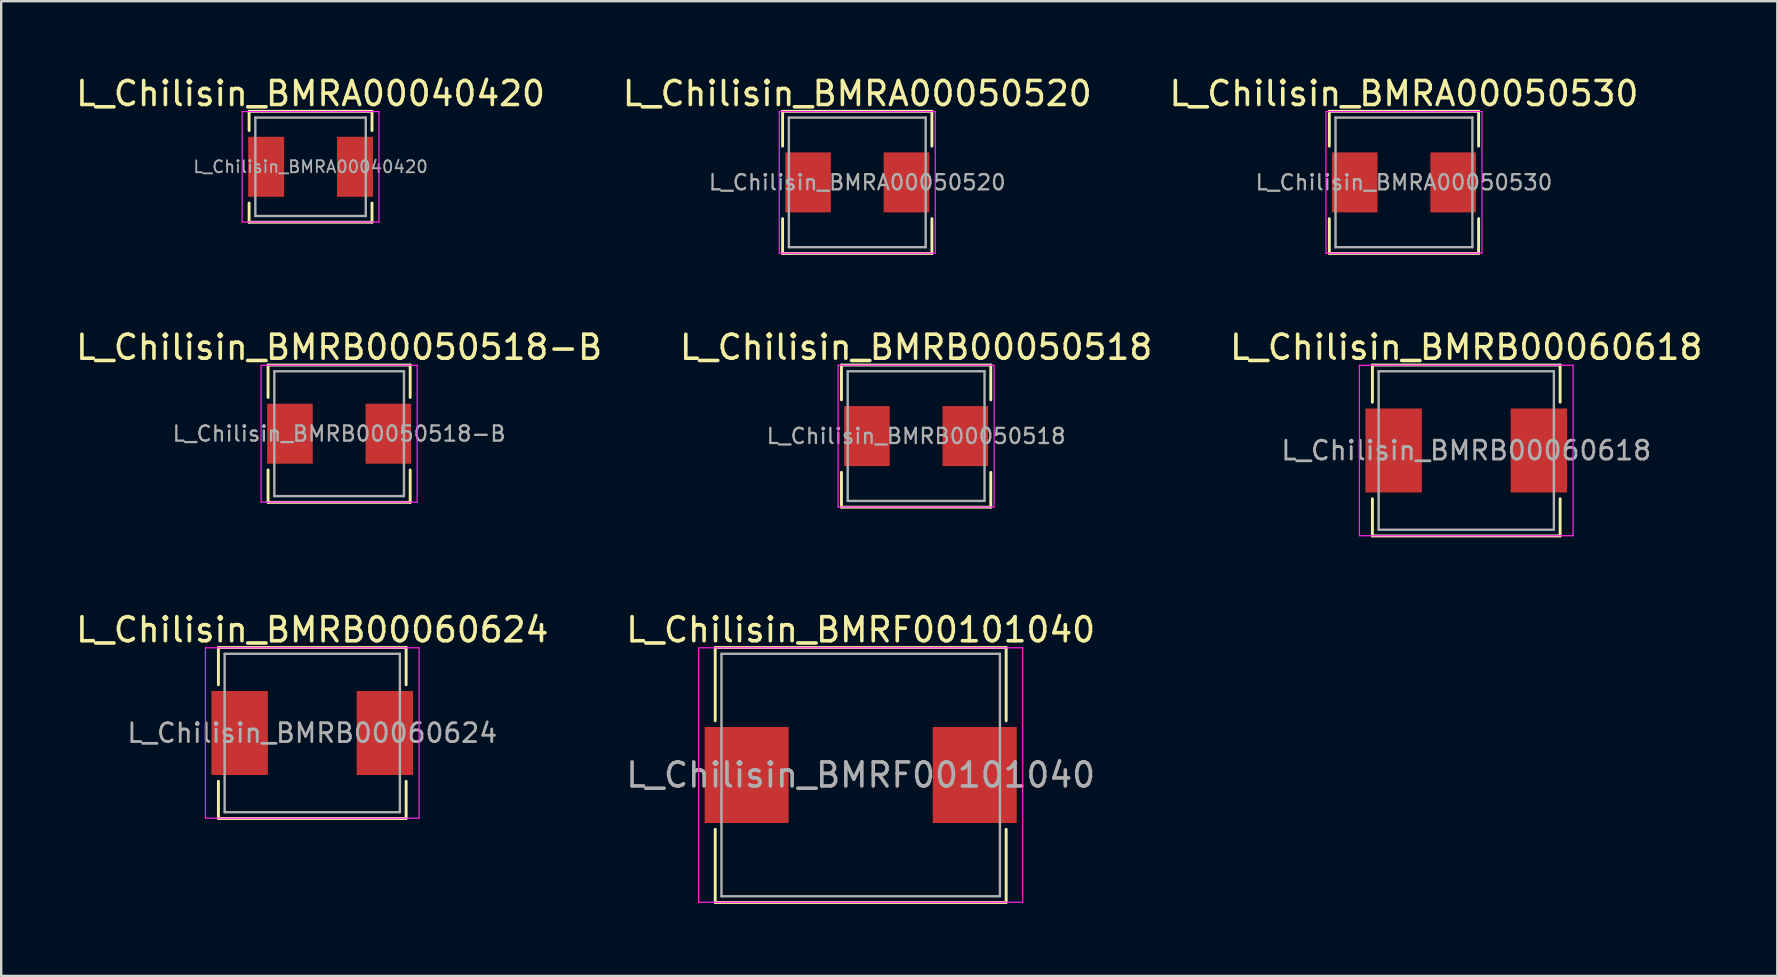
<source format=kicad_pcb>
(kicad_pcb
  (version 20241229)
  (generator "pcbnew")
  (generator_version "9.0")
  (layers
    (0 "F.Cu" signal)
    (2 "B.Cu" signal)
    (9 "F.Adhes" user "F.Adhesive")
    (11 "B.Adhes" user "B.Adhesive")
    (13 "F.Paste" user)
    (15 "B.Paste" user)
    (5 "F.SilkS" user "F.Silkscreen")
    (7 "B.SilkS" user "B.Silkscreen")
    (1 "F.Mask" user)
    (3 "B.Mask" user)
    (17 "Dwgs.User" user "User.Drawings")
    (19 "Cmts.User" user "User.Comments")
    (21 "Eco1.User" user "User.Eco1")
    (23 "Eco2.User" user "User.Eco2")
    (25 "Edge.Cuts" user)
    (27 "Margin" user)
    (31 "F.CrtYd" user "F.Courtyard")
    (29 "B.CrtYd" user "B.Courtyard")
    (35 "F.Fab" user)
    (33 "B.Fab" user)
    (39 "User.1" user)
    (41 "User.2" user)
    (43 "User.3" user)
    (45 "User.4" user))
  (footprint "L_Chilisin_BMRB00060624"
    (layer "F.Cu")
    (at 9.958 27.485)
    (property "Reference" "L_Chilisin_BMRB00060624" (at 0 -4.3 0) (layer "F.SilkS") (effects (font (size 1 1) (thickness 0.15))))
    (attr smd)
    (fp_line (start -3.91 -3.56) (end -3.91 -2.01) (stroke (width 0.12) (type solid)) (layer "F.SilkS"))
    (fp_line (start -3.91 -3.56) (end 3.91 -3.56) (stroke (width 0.12) (type solid)) (layer "F.SilkS"))
    (fp_line (start -3.91 3.56) (end -3.91 2.01) (stroke (width 0.12) (type solid)) (layer "F.SilkS"))
    (fp_line (start -3.91 3.56) (end 3.91 3.56) (stroke (width 0.12) (type solid)) (layer "F.SilkS"))
    (fp_line (start 3.91 -3.56) (end 3.91 -2.01) (stroke (width 0.12) (type solid)) (layer "F.SilkS"))
    (fp_line (start 3.91 3.56) (end 3.91 2.01) (stroke (width 0.12) (type solid)) (layer "F.SilkS"))
    (fp_line (start -4.45 -3.55) (end -4.45 3.55) (stroke (width 0.05) (type solid)) (layer "F.CrtYd"))
    (fp_line (start -4.45 3.55) (end 4.45 3.55) (stroke (width 0.05) (type solid)) (layer "F.CrtYd"))
    (fp_line (start 4.45 -3.55) (end -4.45 -3.55) (stroke (width 0.05) (type solid)) (layer "F.CrtYd"))
    (fp_line (start 4.45 3.55) (end 4.45 -3.55) (stroke (width 0.05) (type solid)) (layer "F.CrtYd"))
    (fp_line (start -3.65 -3.3) (end -3.65 3.3) (stroke (width 0.1) (type solid)) (layer "F.Fab"))
    (fp_line (start -3.65 3.3) (end 3.65 3.3) (stroke (width 0.1) (type solid)) (layer "F.Fab"))
    (fp_line (start 3.65 -3.3) (end -3.65 -3.3) (stroke (width 0.1) (type solid)) (layer "F.Fab"))
    (fp_line (start 3.65 3.3) (end 3.65 -3.3) (stroke (width 0.1) (type solid)) (layer "F.Fab"))
    (fp_text user "${REFERENCE}" (at 0 0 0) (layer "F.Fab") (effects (font (size 0.783 0.783) (thickness 0.117))))
    (pad "1" smd rect (at -3.025 0) (size 2.35 3.5) (layers "F.Cu" "F.Mask" "F.Paste"))
    (pad "2" smd rect (at 3.025 0) (size 2.35 3.5) (layers "F.Cu" "F.Mask" "F.Paste")))
  (footprint "L_Chilisin_BMRA00040420"
    (layer "F.Cu")
    (at 9.887 3.898)
    (property "Reference" "L_Chilisin_BMRA00040420" (at 0 -3.05 0) (layer "F.SilkS") (effects (font (size 1 1) (thickness 0.15))))
    (attr smd)
    (fp_line (start -2.56 -2.31) (end -2.56 -1.51) (stroke (width 0.12) (type solid)) (layer "F.SilkS"))
    (fp_line (start -2.56 -2.31) (end 2.56 -2.31) (stroke (width 0.12) (type solid)) (layer "F.SilkS"))
    (fp_line (start -2.56 2.31) (end -2.56 1.51) (stroke (width 0.12) (type solid)) (layer "F.SilkS"))
    (fp_line (start -2.56 2.31) (end 2.56 2.31) (stroke (width 0.12) (type solid)) (layer "F.SilkS"))
    (fp_line (start 2.56 -2.31) (end 2.56 -1.51) (stroke (width 0.12) (type solid)) (layer "F.SilkS"))
    (fp_line (start 2.56 2.31) (end 2.56 1.51) (stroke (width 0.12) (type solid)) (layer "F.SilkS"))
    (fp_line (start -2.85 -2.3) (end -2.85 2.3) (stroke (width 0.05) (type solid)) (layer "F.CrtYd"))
    (fp_line (start -2.85 2.3) (end 2.85 2.3) (stroke (width 0.05) (type solid)) (layer "F.CrtYd"))
    (fp_line (start 2.85 -2.3) (end -2.85 -2.3) (stroke (width 0.05) (type solid)) (layer "F.CrtYd"))
    (fp_line (start 2.85 2.3) (end 2.85 -2.3) (stroke (width 0.05) (type solid)) (layer "F.CrtYd"))
    (fp_line (start -2.3 -2.05) (end -2.3 2.05) (stroke (width 0.1) (type solid)) (layer "F.Fab"))
    (fp_line (start -2.3 2.05) (end 2.3 2.05) (stroke (width 0.1) (type solid)) (layer "F.Fab"))
    (fp_line (start 2.3 -2.05) (end -2.3 -2.05) (stroke (width 0.1) (type solid)) (layer "F.Fab"))
    (fp_line (start 2.3 2.05) (end 2.3 -2.05) (stroke (width 0.1) (type solid)) (layer "F.Fab"))
    (fp_text user "${REFERENCE}" (at 0 0 0) (layer "F.Fab") (effects (font (size 0.5 0.5) (thickness 0.075))))
    (pad "1" smd rect (at -1.85 0) (size 1.5 2.5) (layers "F.Cu" "F.Mask" "F.Paste"))
    (pad "2" smd rect (at 1.85 0) (size 1.5 2.5) (layers "F.Cu" "F.Mask" "F.Paste")))
  (footprint "L_Chilisin_BMRF00101040"
    (layer "F.Cu")
    (at 32.804 29.235)
    (property "Reference" "L_Chilisin_BMRF00101040" (at 0 -6.05 0) (layer "F.SilkS") (effects (font (size 1 1) (thickness 0.15))))
    (attr smd)
    (fp_line (start -6.06 -5.31) (end -6.06 -2.26) (stroke (width 0.12) (type solid)) (layer "F.SilkS"))
    (fp_line (start -6.06 -5.31) (end 6.06 -5.31) (stroke (width 0.12) (type solid)) (layer "F.SilkS"))
    (fp_line (start -6.06 5.31) (end -6.06 2.26) (stroke (width 0.12) (type solid)) (layer "F.SilkS"))
    (fp_line (start -6.06 5.31) (end 6.06 5.31) (stroke (width 0.12) (type solid)) (layer "F.SilkS"))
    (fp_line (start 6.06 -5.31) (end 6.06 -2.26) (stroke (width 0.12) (type solid)) (layer "F.SilkS"))
    (fp_line (start 6.06 5.31) (end 6.06 2.26) (stroke (width 0.12) (type solid)) (layer "F.SilkS"))
    (fp_line (start -6.75 -5.3) (end -6.75 5.3) (stroke (width 0.05) (type solid)) (layer "F.CrtYd"))
    (fp_line (start -6.75 5.3) (end 6.75 5.3) (stroke (width 0.05) (type solid)) (layer "F.CrtYd"))
    (fp_line (start 6.75 -5.3) (end -6.75 -5.3) (stroke (width 0.05) (type solid)) (layer "F.CrtYd"))
    (fp_line (start 6.75 5.3) (end 6.75 -5.3) (stroke (width 0.05) (type solid)) (layer "F.CrtYd"))
    (fp_line (start -5.8 -5.05) (end -5.8 5.05) (stroke (width 0.1) (type solid)) (layer "F.Fab"))
    (fp_line (start -5.8 5.05) (end 5.8 5.05) (stroke (width 0.1) (type solid)) (layer "F.Fab"))
    (fp_line (start 5.8 -5.05) (end -5.8 -5.05) (stroke (width 0.1) (type solid)) (layer "F.Fab"))
    (fp_line (start 5.8 5.05) (end 5.8 -5.05) (stroke (width 0.1) (type solid)) (layer "F.Fab"))
    (fp_text user "${REFERENCE}" (at 0 0 0) (layer "F.Fab") (effects (font (size 1 1) (thickness 0.15))))
    (pad "1" smd rect (at -4.75 0) (size 3.5 4) (layers "F.Cu" "F.Mask" "F.Paste"))
    (pad "2" smd rect (at 4.75 0) (size 3.5 4) (layers "F.Cu" "F.Mask" "F.Paste")))
  (footprint "L_Chilisin_BMRB00060618"
    (layer "F.Cu")
    (at 58.03 15.716)
    (property "Reference" "L_Chilisin_BMRB00060618" (at 0 -4.3 0) (layer "F.SilkS") (effects (font (size 1 1) (thickness 0.15))))
    (attr smd)
    (fp_line (start -3.91 -3.56) (end -3.91 -2.01) (stroke (width 0.12) (type solid)) (layer "F.SilkS"))
    (fp_line (start -3.91 -3.56) (end 3.91 -3.56) (stroke (width 0.12) (type solid)) (layer "F.SilkS"))
    (fp_line (start -3.91 3.56) (end -3.91 2.01) (stroke (width 0.12) (type solid)) (layer "F.SilkS"))
    (fp_line (start -3.91 3.56) (end 3.91 3.56) (stroke (width 0.12) (type solid)) (layer "F.SilkS"))
    (fp_line (start 3.91 -3.56) (end 3.91 -2.01) (stroke (width 0.12) (type solid)) (layer "F.SilkS"))
    (fp_line (start 3.91 3.56) (end 3.91 2.01) (stroke (width 0.12) (type solid)) (layer "F.SilkS"))
    (fp_line (start -4.45 -3.55) (end -4.45 3.55) (stroke (width 0.05) (type solid)) (layer "F.CrtYd"))
    (fp_line (start -4.45 3.55) (end 4.45 3.55) (stroke (width 0.05) (type solid)) (layer "F.CrtYd"))
    (fp_line (start 4.45 -3.55) (end -4.45 -3.55) (stroke (width 0.05) (type solid)) (layer "F.CrtYd"))
    (fp_line (start 4.45 3.55) (end 4.45 -3.55) (stroke (width 0.05) (type solid)) (layer "F.CrtYd"))
    (fp_line (start -3.65 -3.3) (end -3.65 3.3) (stroke (width 0.1) (type solid)) (layer "F.Fab"))
    (fp_line (start -3.65 3.3) (end 3.65 3.3) (stroke (width 0.1) (type solid)) (layer "F.Fab"))
    (fp_line (start 3.65 -3.3) (end -3.65 -3.3) (stroke (width 0.1) (type solid)) (layer "F.Fab"))
    (fp_line (start 3.65 3.3) (end 3.65 -3.3) (stroke (width 0.1) (type solid)) (layer "F.Fab"))
    (fp_text user "${REFERENCE}" (at 0 0 0) (layer "F.Fab") (effects (font (size 0.783 0.783) (thickness 0.117))))
    (pad "1" smd rect (at -3.025 0) (size 2.35 3.5) (layers "F.Cu" "F.Mask" "F.Paste"))
    (pad "2" smd rect (at 3.025 0) (size 2.35 3.5) (layers "F.Cu" "F.Mask" "F.Paste")))
  (footprint "L_Chilisin_BMRA00050520"
    (layer "F.Cu")
    (at 32.661 4.548)
    (property "Reference" "L_Chilisin_BMRA00050520" (at 0 -3.7 0) (layer "F.SilkS") (effects (font (size 1 1) (thickness 0.15))))
    (attr smd)
    (fp_line (start -3.11 -2.96) (end -3.11 -1.51) (stroke (width 0.12) (type solid)) (layer "F.SilkS"))
    (fp_line (start -3.11 -2.96) (end 3.11 -2.96) (stroke (width 0.12) (type solid)) (layer "F.SilkS"))
    (fp_line (start -3.11 2.96) (end -3.11 1.51) (stroke (width 0.12) (type solid)) (layer "F.SilkS"))
    (fp_line (start -3.11 2.96) (end 3.11 2.96) (stroke (width 0.12) (type solid)) (layer "F.SilkS"))
    (fp_line (start 3.11 -2.96) (end 3.11 -1.51) (stroke (width 0.12) (type solid)) (layer "F.SilkS"))
    (fp_line (start 3.11 2.96) (end 3.11 1.51) (stroke (width 0.12) (type solid)) (layer "F.SilkS"))
    (fp_line (start -3.25 -2.95) (end -3.25 2.95) (stroke (width 0.05) (type solid)) (layer "F.CrtYd"))
    (fp_line (start -3.25 2.95) (end 3.25 2.95) (stroke (width 0.05) (type solid)) (layer "F.CrtYd"))
    (fp_line (start 3.25 -2.95) (end -3.25 -2.95) (stroke (width 0.05) (type solid)) (layer "F.CrtYd"))
    (fp_line (start 3.25 2.95) (end 3.25 -2.95) (stroke (width 0.05) (type solid)) (layer "F.CrtYd"))
    (fp_line (start -2.85 -2.7) (end -2.85 2.7) (stroke (width 0.1) (type solid)) (layer "F.Fab"))
    (fp_line (start -2.85 2.7) (end 2.85 2.7) (stroke (width 0.1) (type solid)) (layer "F.Fab"))
    (fp_line (start 2.85 -2.7) (end -2.85 -2.7) (stroke (width 0.1) (type solid)) (layer "F.Fab"))
    (fp_line (start 2.85 2.7) (end 2.85 -2.7) (stroke (width 0.1) (type solid)) (layer "F.Fab"))
    (fp_text user "${REFERENCE}" (at 0 0 0) (layer "F.Fab") (effects (font (size 0.633 0.633) (thickness 0.095))))
    (pad "1" smd rect (at -2.05 0) (size 1.9 2.5) (layers "F.Cu" "F.Mask" "F.Paste"))
    (pad "2" smd rect (at 2.05 0) (size 1.9 2.5) (layers "F.Cu" "F.Mask" "F.Paste")))
  (footprint "L_Chilisin_BMRA00050530"
    (layer "F.Cu")
    (at 55.435 4.548)
    (property "Reference" "L_Chilisin_BMRA00050530" (at 0 -3.7 0) (layer "F.SilkS") (effects (font (size 1 1) (thickness 0.15))))
    (attr smd)
    (fp_line (start -3.11 -2.96) (end -3.11 -1.51) (stroke (width 0.12) (type solid)) (layer "F.SilkS"))
    (fp_line (start -3.11 -2.96) (end 3.11 -2.96) (stroke (width 0.12) (type solid)) (layer "F.SilkS"))
    (fp_line (start -3.11 2.96) (end -3.11 1.51) (stroke (width 0.12) (type solid)) (layer "F.SilkS"))
    (fp_line (start -3.11 2.96) (end 3.11 2.96) (stroke (width 0.12) (type solid)) (layer "F.SilkS"))
    (fp_line (start 3.11 -2.96) (end 3.11 -1.51) (stroke (width 0.12) (type solid)) (layer "F.SilkS"))
    (fp_line (start 3.11 2.96) (end 3.11 1.51) (stroke (width 0.12) (type solid)) (layer "F.SilkS"))
    (fp_line (start -3.25 -2.95) (end -3.25 2.95) (stroke (width 0.05) (type solid)) (layer "F.CrtYd"))
    (fp_line (start -3.25 2.95) (end 3.25 2.95) (stroke (width 0.05) (type solid)) (layer "F.CrtYd"))
    (fp_line (start 3.25 -2.95) (end -3.25 -2.95) (stroke (width 0.05) (type solid)) (layer "F.CrtYd"))
    (fp_line (start 3.25 2.95) (end 3.25 -2.95) (stroke (width 0.05) (type solid)) (layer "F.CrtYd"))
    (fp_line (start -2.85 -2.7) (end -2.85 2.7) (stroke (width 0.1) (type solid)) (layer "F.Fab"))
    (fp_line (start -2.85 2.7) (end 2.85 2.7) (stroke (width 0.1) (type solid)) (layer "F.Fab"))
    (fp_line (start 2.85 -2.7) (end -2.85 -2.7) (stroke (width 0.1) (type solid)) (layer "F.Fab"))
    (fp_line (start 2.85 2.7) (end 2.85 -2.7) (stroke (width 0.1) (type solid)) (layer "F.Fab"))
    (fp_text user "${REFERENCE}" (at 0 0 0) (layer "F.Fab") (effects (font (size 0.633 0.633) (thickness 0.095))))
    (pad "1" smd rect (at -2.05 0) (size 1.9 2.5) (layers "F.Cu" "F.Mask" "F.Paste"))
    (pad "2" smd rect (at 2.05 0) (size 1.9 2.5) (layers "F.Cu" "F.Mask" "F.Paste")))
  (footprint "L_Chilisin_BMRB00050518-B"
    (layer "F.Cu")
    (at 11.077 15.017)
    (property "Reference" "L_Chilisin_BMRB00050518-B" (at 0 -3.6 0) (layer "F.SilkS") (effects (font (size 1 1) (thickness 0.15))))
    (attr smd)
    (fp_line (start -2.96 -2.86) (end -2.96 -1.51) (stroke (width 0.12) (type solid)) (layer "F.SilkS"))
    (fp_line (start -2.96 -2.86) (end 2.96 -2.86) (stroke (width 0.12) (type solid)) (layer "F.SilkS"))
    (fp_line (start -2.96 2.86) (end -2.96 1.51) (stroke (width 0.12) (type solid)) (layer "F.SilkS"))
    (fp_line (start -2.96 2.86) (end 2.96 2.86) (stroke (width 0.12) (type solid)) (layer "F.SilkS"))
    (fp_line (start 2.96 -2.86) (end 2.96 -1.51) (stroke (width 0.12) (type solid)) (layer "F.SilkS"))
    (fp_line (start 2.96 2.86) (end 2.96 1.51) (stroke (width 0.12) (type solid)) (layer "F.SilkS"))
    (fp_line (start -3.25 -2.85) (end -3.25 2.85) (stroke (width 0.05) (type solid)) (layer "F.CrtYd"))
    (fp_line (start -3.25 2.85) (end 3.25 2.85) (stroke (width 0.05) (type solid)) (layer "F.CrtYd"))
    (fp_line (start 3.25 -2.85) (end -3.25 -2.85) (stroke (width 0.05) (type solid)) (layer "F.CrtYd"))
    (fp_line (start 3.25 2.85) (end 3.25 -2.85) (stroke (width 0.05) (type solid)) (layer "F.CrtYd"))
    (fp_line (start -2.7 -2.6) (end -2.7 2.6) (stroke (width 0.1) (type solid)) (layer "F.Fab"))
    (fp_line (start -2.7 2.6) (end 2.7 2.6) (stroke (width 0.1) (type solid)) (layer "F.Fab"))
    (fp_line (start 2.7 -2.6) (end -2.7 -2.6) (stroke (width 0.1) (type solid)) (layer "F.Fab"))
    (fp_line (start 2.7 2.6) (end 2.7 -2.6) (stroke (width 0.1) (type solid)) (layer "F.Fab"))
    (fp_text user "${REFERENCE}" (at 0 0 0) (layer "F.Fab") (effects (font (size 0.633 0.633) (thickness 0.095))))
    (pad "1" smd rect (at -2.05 0) (size 1.9 2.5) (layers "F.Cu" "F.Mask" "F.Paste"))
    (pad "2" smd rect (at 2.05 0) (size 1.9 2.5) (layers "F.Cu" "F.Mask" "F.Paste")))
  (footprint "L_Chilisin_BMRB00050518"
    (layer "F.Cu")
    (at 35.113 15.117)
    (property "Reference" "L_Chilisin_BMRB00050518" (at 0 -3.7 0) (layer "F.SilkS") (effects (font (size 1 1) (thickness 0.15))))
    (attr smd)
    (fp_line (start -3.11 -2.96) (end -3.11 -1.51) (stroke (width 0.12) (type solid)) (layer "F.SilkS"))
    (fp_line (start -3.11 -2.96) (end 3.11 -2.96) (stroke (width 0.12) (type solid)) (layer "F.SilkS"))
    (fp_line (start -3.11 2.96) (end -3.11 1.51) (stroke (width 0.12) (type solid)) (layer "F.SilkS"))
    (fp_line (start -3.11 2.96) (end 3.11 2.96) (stroke (width 0.12) (type solid)) (layer "F.SilkS"))
    (fp_line (start 3.11 -2.96) (end 3.11 -1.51) (stroke (width 0.12) (type solid)) (layer "F.SilkS"))
    (fp_line (start 3.11 2.96) (end 3.11 1.51) (stroke (width 0.12) (type solid)) (layer "F.SilkS"))
    (fp_line (start -3.25 -2.95) (end -3.25 2.95) (stroke (width 0.05) (type solid)) (layer "F.CrtYd"))
    (fp_line (start -3.25 2.95) (end 3.25 2.95) (stroke (width 0.05) (type solid)) (layer "F.CrtYd"))
    (fp_line (start 3.25 -2.95) (end -3.25 -2.95) (stroke (width 0.05) (type solid)) (layer "F.CrtYd"))
    (fp_line (start 3.25 2.95) (end 3.25 -2.95) (stroke (width 0.05) (type solid)) (layer "F.CrtYd"))
    (fp_line (start -2.85 -2.7) (end -2.85 2.7) (stroke (width 0.1) (type solid)) (layer "F.Fab"))
    (fp_line (start -2.85 2.7) (end 2.85 2.7) (stroke (width 0.1) (type solid)) (layer "F.Fab"))
    (fp_line (start 2.85 -2.7) (end -2.85 -2.7) (stroke (width 0.1) (type solid)) (layer "F.Fab"))
    (fp_line (start 2.85 2.7) (end 2.85 -2.7) (stroke (width 0.1) (type solid)) (layer "F.Fab"))
    (fp_text user "${REFERENCE}" (at 0 0 0) (layer "F.Fab") (effects (font (size 0.633 0.633) (thickness 0.095))))
    (pad "1" smd rect (at -2.05 0) (size 1.9 2.5) (layers "F.Cu" "F.Mask" "F.Paste"))
    (pad "2" smd rect (at 2.05 0) (size 1.9 2.5) (layers "F.Cu" "F.Mask" "F.Paste")))
  (gr_rect
    (start -3 -3)
    (end 70.988 37.605)
    (stroke (width 0.1) (type default))
    (fill no)
    (layer "Edge.Cuts")))
</source>
